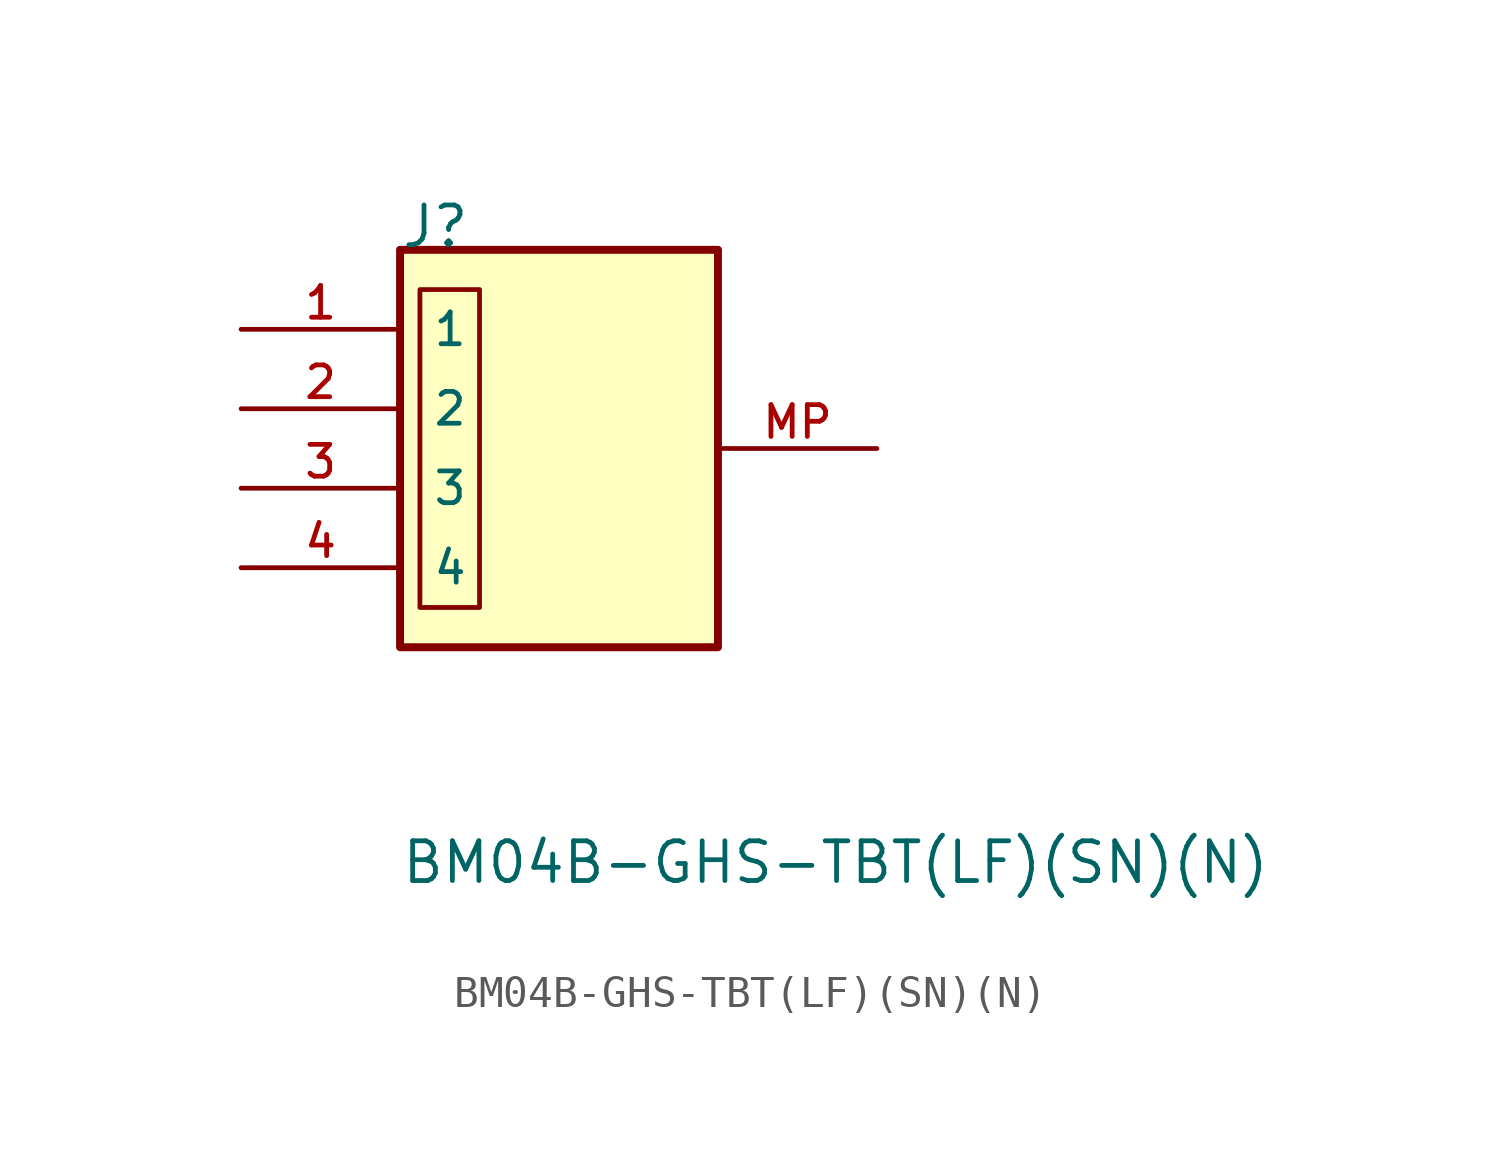
<source format=kicad_sym>
(kicad_symbol_lib
  (version 20211014)
  (generator kicad_symbol_editor)
  (symbol "BM04B-GHS-TBT(LF)(SN)(N)"
    (pin_names
      (offset 1.016))
    (property "Reference" "J"
      (at -5.08 7.62 0)
      (effects (font (size 1.27 1.27)) (justify left bottom)))
    (property "Value" "BM04B-GHS-TBT(LF)(SN)(N)"
      (at -5.08 -12.7 0)
      (effects (font (size 1.27 1.27)) (justify left bottom)))
    (symbol "BM04B-GHS-TBT(LF)(SN)(N)_0_0"
      (rectangle (start -5.08 7.62) (end 5.08 -5.08) (stroke (width 0.254) (type default) (color 0 0 0 0)) (fill (type background)))
      (pin passive line (at -10.16 5.08 0) (length 5.08) (name "1" (effects (font (size 1.016 1.016)))) (number "1" (effects (font (size 1.016 1.016)))))
      (pin passive line (at -10.16 2.54 0) (length 5.08) (name "2" (effects (font (size 1.016 1.016)))) (number "2" (effects (font (size 1.016 1.016)))))
      (pin passive line (at -10.16 0 0) (length 5.08) (name "3" (effects (font (size 1.016 1.016)))) (number "3" (effects (font (size 1.016 1.016)))))
      (pin passive line (at -10.16 -2.54 0) (length 5.08) (name "4" (effects (font (size 1.016 1.016)))) (number "4" (effects (font (size 1.016 1.016)))))
      (pin passive line (at 10.16 1.27 180) (length 5.08) (name "" (effects (font (size 1.016 1.016)))) (number "MP" (effects (font (size 1.016 1.016))))))
    (symbol "BM04B-GHS-TBT(LF)(SN)(N)_1_1"
      (rectangle (start -4.445 6.35) (end -2.54 -3.81) (stroke (width 0.152) (type default) (color 0 0 0 0)) (fill (type none))))))
</source>
